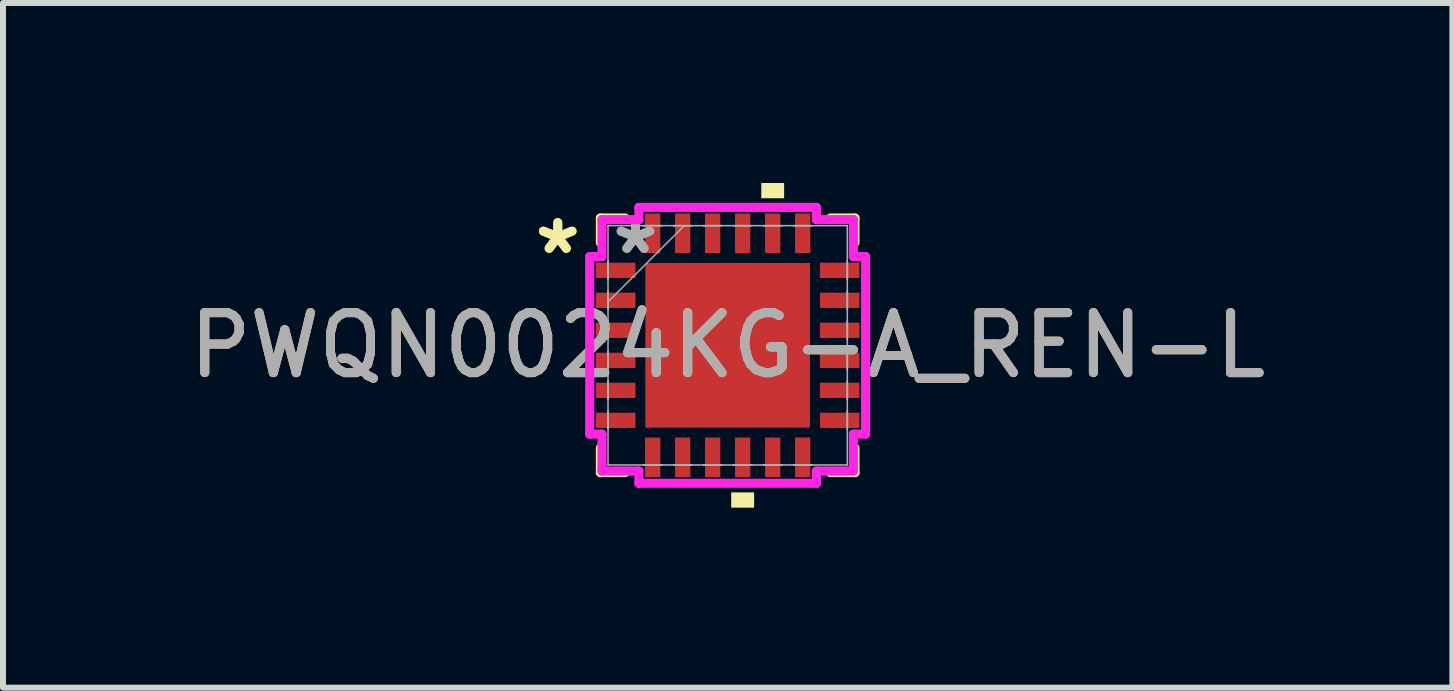
<source format=kicad_pcb>
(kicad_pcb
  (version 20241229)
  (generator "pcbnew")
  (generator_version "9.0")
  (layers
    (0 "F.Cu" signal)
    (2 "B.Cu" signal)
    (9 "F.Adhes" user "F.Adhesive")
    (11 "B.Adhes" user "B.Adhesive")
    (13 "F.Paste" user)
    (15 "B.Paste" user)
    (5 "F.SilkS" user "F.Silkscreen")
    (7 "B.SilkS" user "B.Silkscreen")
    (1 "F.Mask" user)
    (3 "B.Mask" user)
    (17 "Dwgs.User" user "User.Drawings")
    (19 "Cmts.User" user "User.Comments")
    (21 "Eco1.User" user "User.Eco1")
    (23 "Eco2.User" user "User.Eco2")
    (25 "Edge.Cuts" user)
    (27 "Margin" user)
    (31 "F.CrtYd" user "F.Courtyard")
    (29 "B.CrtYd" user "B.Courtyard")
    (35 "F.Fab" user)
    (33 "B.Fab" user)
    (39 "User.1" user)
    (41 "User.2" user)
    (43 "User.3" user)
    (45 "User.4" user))
  (footprint "PWQN0024KG-A_REN-L"
    (layer "F.Cu")
    (at 9.077 2.705)
    (property "Reference" "PWQN0024KG-A_REN-L" (at 0 0 0) (unlocked yes) (layer "F.SilkS") (effects (font (size 1 1) (thickness 0.15))))
    (attr smd)
    (fp_line (start -2.121 -2.121) (end -2.121 -1.71) (stroke (width 0.152) (type solid)) (layer "F.SilkS"))
    (fp_line (start -2.121 1.71) (end -2.121 2.121) (stroke (width 0.152) (type solid)) (layer "F.SilkS"))
    (fp_line (start -2.121 2.121) (end -1.71 2.121) (stroke (width 0.152) (type solid)) (layer "F.SilkS"))
    (fp_line (start -1.71 -2.121) (end -2.121 -2.121) (stroke (width 0.152) (type solid)) (layer "F.SilkS"))
    (fp_line (start 1.71 2.121) (end 2.121 2.121) (stroke (width 0.152) (type solid)) (layer "F.SilkS"))
    (fp_line (start 2.121 -2.121) (end 1.71 -2.121) (stroke (width 0.152) (type solid)) (layer "F.SilkS"))
    (fp_line (start 2.121 -1.71) (end 2.121 -2.121) (stroke (width 0.152) (type solid)) (layer "F.SilkS"))
    (fp_line (start 2.121 2.121) (end 2.121 1.71) (stroke (width 0.152) (type solid)) (layer "F.SilkS"))
    (fp_poly (pts (xy 0.059 2.451) (xy 0.059 2.705) (xy 0.441 2.705) (xy 0.441 2.451)) (stroke (width 0) (type solid)) (fill yes) (layer "F.SilkS"))
    (fp_poly (pts (xy 0.56 -2.451) (xy 0.56 -2.705) (xy 0.941 -2.705) (xy 0.941 -2.451)) (stroke (width 0) (type solid)) (fill yes) (layer "F.SilkS"))
    (fp_poly (pts (xy -1.272 -1.272) (xy -1.272 -0.1) (xy -0.1 -0.1) (xy -0.1 -1.272)) (stroke (width 0) (type solid)) (fill yes) (layer "F.Paste"))
    (fp_poly (pts (xy -1.272 0.1) (xy -1.272 1.272) (xy -0.1 1.272) (xy -0.1 0.1)) (stroke (width 0) (type solid)) (fill yes) (layer "F.Paste"))
    (fp_poly (pts (xy 0.1 -1.272) (xy 0.1 -0.1) (xy 1.272 -0.1) (xy 1.272 -1.272)) (stroke (width 0) (type solid)) (fill yes) (layer "F.Paste"))
    (fp_poly (pts (xy 0.1 0.1) (xy 0.1 1.272) (xy 1.272 1.272) (xy 1.272 0.1)) (stroke (width 0) (type solid)) (fill yes) (layer "F.Paste"))
    (fp_line (start -2.299 -1.479) (end -2.095 -1.479) (stroke (width 0.152) (type solid)) (layer "F.CrtYd"))
    (fp_line (start -2.299 1.479) (end -2.299 -1.479) (stroke (width 0.152) (type solid)) (layer "F.CrtYd"))
    (fp_line (start -2.095 -2.095) (end -1.479 -2.095) (stroke (width 0.152) (type solid)) (layer "F.CrtYd"))
    (fp_line (start -2.095 -1.479) (end -2.095 -2.095) (stroke (width 0.152) (type solid)) (layer "F.CrtYd"))
    (fp_line (start -2.095 1.479) (end -2.299 1.479) (stroke (width 0.152) (type solid)) (layer "F.CrtYd"))
    (fp_line (start -2.095 2.095) (end -2.095 1.479) (stroke (width 0.152) (type solid)) (layer "F.CrtYd"))
    (fp_line (start -1.479 -2.299) (end 1.479 -2.299) (stroke (width 0.152) (type solid)) (layer "F.CrtYd"))
    (fp_line (start -1.479 -2.095) (end -1.479 -2.299) (stroke (width 0.152) (type solid)) (layer "F.CrtYd"))
    (fp_line (start -1.479 2.095) (end -2.095 2.095) (stroke (width 0.152) (type solid)) (layer "F.CrtYd"))
    (fp_line (start -1.479 2.299) (end -1.479 2.095) (stroke (width 0.152) (type solid)) (layer "F.CrtYd"))
    (fp_line (start 1.479 -2.299) (end 1.479 -2.095) (stroke (width 0.152) (type solid)) (layer "F.CrtYd"))
    (fp_line (start 1.479 -2.095) (end 2.095 -2.095) (stroke (width 0.152) (type solid)) (layer "F.CrtYd"))
    (fp_line (start 1.479 2.095) (end 1.479 2.299) (stroke (width 0.152) (type solid)) (layer "F.CrtYd"))
    (fp_line (start 1.479 2.299) (end -1.479 2.299) (stroke (width 0.152) (type solid)) (layer "F.CrtYd"))
    (fp_line (start 2.095 -2.095) (end 2.095 -1.479) (stroke (width 0.152) (type solid)) (layer "F.CrtYd"))
    (fp_line (start 2.095 -1.479) (end 2.299 -1.479) (stroke (width 0.152) (type solid)) (layer "F.CrtYd"))
    (fp_line (start 2.095 1.479) (end 2.095 2.095) (stroke (width 0.152) (type solid)) (layer "F.CrtYd"))
    (fp_line (start 2.095 2.095) (end 1.479 2.095) (stroke (width 0.152) (type solid)) (layer "F.CrtYd"))
    (fp_line (start 2.299 -1.479) (end 2.299 1.479) (stroke (width 0.152) (type solid)) (layer "F.CrtYd"))
    (fp_line (start 2.299 1.479) (end 2.095 1.479) (stroke (width 0.152) (type solid)) (layer "F.CrtYd"))
    (fp_line (start -1.994 -1.994) (end -1.994 -1.994) (stroke (width 0.025) (type solid)) (layer "F.Fab"))
    (fp_line (start -1.994 -1.994) (end -1.994 1.994) (stroke (width 0.025) (type solid)) (layer "F.Fab"))
    (fp_line (start -1.994 -1.402) (end -1.994 -1.402) (stroke (width 0.025) (type solid)) (layer "F.Fab"))
    (fp_line (start -1.994 -1.402) (end -1.994 -1.098) (stroke (width 0.025) (type solid)) (layer "F.Fab"))
    (fp_line (start -1.994 -1.098) (end -1.994 -1.402) (stroke (width 0.025) (type solid)) (layer "F.Fab"))
    (fp_line (start -1.994 -1.098) (end -1.994 -1.098) (stroke (width 0.025) (type solid)) (layer "F.Fab"))
    (fp_line (start -1.994 -0.902) (end -1.994 -0.902) (stroke (width 0.025) (type solid)) (layer "F.Fab"))
    (fp_line (start -1.994 -0.902) (end -1.994 -0.598) (stroke (width 0.025) (type solid)) (layer "F.Fab"))
    (fp_line (start -1.994 -0.724) (end -0.724 -1.994) (stroke (width 0.025) (type solid)) (layer "F.Fab"))
    (fp_line (start -1.994 -0.598) (end -1.994 -0.902) (stroke (width 0.025) (type solid)) (layer "F.Fab"))
    (fp_line (start -1.994 -0.598) (end -1.994 -0.598) (stroke (width 0.025) (type solid)) (layer "F.Fab"))
    (fp_line (start -1.994 -0.402) (end -1.994 -0.402) (stroke (width 0.025) (type solid)) (layer "F.Fab"))
    (fp_line (start -1.994 -0.402) (end -1.994 -0.098) (stroke (width 0.025) (type solid)) (layer "F.Fab"))
    (fp_line (start -1.994 -0.098) (end -1.994 -0.402) (stroke (width 0.025) (type solid)) (layer "F.Fab"))
    (fp_line (start -1.994 -0.098) (end -1.994 -0.098) (stroke (width 0.025) (type solid)) (layer "F.Fab"))
    (fp_line (start -1.994 0.098) (end -1.994 0.098) (stroke (width 0.025) (type solid)) (layer "F.Fab"))
    (fp_line (start -1.994 0.098) (end -1.994 0.402) (stroke (width 0.025) (type solid)) (layer "F.Fab"))
    (fp_line (start -1.994 0.402) (end -1.994 0.098) (stroke (width 0.025) (type solid)) (layer "F.Fab"))
    (fp_line (start -1.994 0.402) (end -1.994 0.402) (stroke (width 0.025) (type solid)) (layer "F.Fab"))
    (fp_line (start -1.994 0.598) (end -1.994 0.598) (stroke (width 0.025) (type solid)) (layer "F.Fab"))
    (fp_line (start -1.994 0.598) (end -1.994 0.902) (stroke (width 0.025) (type solid)) (layer "F.Fab"))
    (fp_line (start -1.994 0.902) (end -1.994 0.598) (stroke (width 0.025) (type solid)) (layer "F.Fab"))
    (fp_line (start -1.994 0.902) (end -1.994 0.902) (stroke (width 0.025) (type solid)) (layer "F.Fab"))
    (fp_line (start -1.994 1.098) (end -1.994 1.098) (stroke (width 0.025) (type solid)) (layer "F.Fab"))
    (fp_line (start -1.994 1.098) (end -1.994 1.402) (stroke (width 0.025) (type solid)) (layer "F.Fab"))
    (fp_line (start -1.994 1.402) (end -1.994 1.098) (stroke (width 0.025) (type solid)) (layer "F.Fab"))
    (fp_line (start -1.994 1.402) (end -1.994 1.402) (stroke (width 0.025) (type solid)) (layer "F.Fab"))
    (fp_line (start -1.994 1.994) (end -1.994 1.994) (stroke (width 0.025) (type solid)) (layer "F.Fab"))
    (fp_line (start -1.994 1.994) (end 1.994 1.994) (stroke (width 0.025) (type solid)) (layer "F.Fab"))
    (fp_line (start -1.402 -1.994) (end -1.402 -1.994) (stroke (width 0.025) (type solid)) (layer "F.Fab"))
    (fp_line (start -1.402 -1.994) (end -1.098 -1.994) (stroke (width 0.025) (type solid)) (layer "F.Fab"))
    (fp_line (start -1.402 1.994) (end -1.402 1.994) (stroke (width 0.025) (type solid)) (layer "F.Fab"))
    (fp_line (start -1.402 1.994) (end -1.098 1.994) (stroke (width 0.025) (type solid)) (layer "F.Fab"))
    (fp_line (start -1.098 -1.994) (end -1.402 -1.994) (stroke (width 0.025) (type solid)) (layer "F.Fab"))
    (fp_line (start -1.098 -1.994) (end -1.098 -1.994) (stroke (width 0.025) (type solid)) (layer "F.Fab"))
    (fp_line (start -1.098 1.994) (end -1.402 1.994) (stroke (width 0.025) (type solid)) (layer "F.Fab"))
    (fp_line (start -1.098 1.994) (end -1.098 1.994) (stroke (width 0.025) (type solid)) (layer "F.Fab"))
    (fp_line (start -0.902 -1.994) (end -0.902 -1.994) (stroke (width 0.025) (type solid)) (layer "F.Fab"))
    (fp_line (start -0.902 -1.994) (end -0.598 -1.994) (stroke (width 0.025) (type solid)) (layer "F.Fab"))
    (fp_line (start -0.902 1.994) (end -0.902 1.994) (stroke (width 0.025) (type solid)) (layer "F.Fab"))
    (fp_line (start -0.902 1.994) (end -0.598 1.994) (stroke (width 0.025) (type solid)) (layer "F.Fab"))
    (fp_line (start -0.598 -1.994) (end -0.902 -1.994) (stroke (width 0.025) (type solid)) (layer "F.Fab"))
    (fp_line (start -0.598 -1.994) (end -0.598 -1.994) (stroke (width 0.025) (type solid)) (layer "F.Fab"))
    (fp_line (start -0.598 1.994) (end -0.902 1.994) (stroke (width 0.025) (type solid)) (layer "F.Fab"))
    (fp_line (start -0.598 1.994) (end -0.598 1.994) (stroke (width 0.025) (type solid)) (layer "F.Fab"))
    (fp_line (start -0.402 -1.994) (end -0.402 -1.994) (stroke (width 0.025) (type solid)) (layer "F.Fab"))
    (fp_line (start -0.402 -1.994) (end -0.098 -1.994) (stroke (width 0.025) (type solid)) (layer "F.Fab"))
    (fp_line (start -0.402 1.994) (end -0.402 1.994) (stroke (width 0.025) (type solid)) (layer "F.Fab"))
    (fp_line (start -0.402 1.994) (end -0.098 1.994) (stroke (width 0.025) (type solid)) (layer "F.Fab"))
    (fp_line (start -0.098 -1.994) (end -0.402 -1.994) (stroke (width 0.025) (type solid)) (layer "F.Fab"))
    (fp_line (start -0.098 -1.994) (end -0.098 -1.994) (stroke (width 0.025) (type solid)) (layer "F.Fab"))
    (fp_line (start -0.098 1.994) (end -0.402 1.994) (stroke (width 0.025) (type solid)) (layer "F.Fab"))
    (fp_line (start -0.098 1.994) (end -0.098 1.994) (stroke (width 0.025) (type solid)) (layer "F.Fab"))
    (fp_line (start 0.098 -1.994) (end 0.098 -1.994) (stroke (width 0.025) (type solid)) (layer "F.Fab"))
    (fp_line (start 0.098 -1.994) (end 0.402 -1.994) (stroke (width 0.025) (type solid)) (layer "F.Fab"))
    (fp_line (start 0.098 1.994) (end 0.098 1.994) (stroke (width 0.025) (type solid)) (layer "F.Fab"))
    (fp_line (start 0.098 1.994) (end 0.402 1.994) (stroke (width 0.025) (type solid)) (layer "F.Fab"))
    (fp_line (start 0.402 -1.994) (end 0.098 -1.994) (stroke (width 0.025) (type solid)) (layer "F.Fab"))
    (fp_line (start 0.402 -1.994) (end 0.402 -1.994) (stroke (width 0.025) (type solid)) (layer "F.Fab"))
    (fp_line (start 0.402 1.994) (end 0.098 1.994) (stroke (width 0.025) (type solid)) (layer "F.Fab"))
    (fp_line (start 0.402 1.994) (end 0.402 1.994) (stroke (width 0.025) (type solid)) (layer "F.Fab"))
    (fp_line (start 0.598 -1.994) (end 0.598 -1.994) (stroke (width 0.025) (type solid)) (layer "F.Fab"))
    (fp_line (start 0.598 -1.994) (end 0.902 -1.994) (stroke (width 0.025) (type solid)) (layer "F.Fab"))
    (fp_line (start 0.598 1.994) (end 0.598 1.994) (stroke (width 0.025) (type solid)) (layer "F.Fab"))
    (fp_line (start 0.598 1.994) (end 0.902 1.994) (stroke (width 0.025) (type solid)) (layer "F.Fab"))
    (fp_line (start 0.902 -1.994) (end 0.598 -1.994) (stroke (width 0.025) (type solid)) (layer "F.Fab"))
    (fp_line (start 0.902 -1.994) (end 0.902 -1.994) (stroke (width 0.025) (type solid)) (layer "F.Fab"))
    (fp_line (start 0.902 1.994) (end 0.598 1.994) (stroke (width 0.025) (type solid)) (layer "F.Fab"))
    (fp_line (start 0.902 1.994) (end 0.902 1.994) (stroke (width 0.025) (type solid)) (layer "F.Fab"))
    (fp_line (start 1.098 -1.994) (end 1.098 -1.994) (stroke (width 0.025) (type solid)) (layer "F.Fab"))
    (fp_line (start 1.098 -1.994) (end 1.402 -1.994) (stroke (width 0.025) (type solid)) (layer "F.Fab"))
    (fp_line (start 1.098 1.994) (end 1.098 1.994) (stroke (width 0.025) (type solid)) (layer "F.Fab"))
    (fp_line (start 1.098 1.994) (end 1.402 1.994) (stroke (width 0.025) (type solid)) (layer "F.Fab"))
    (fp_line (start 1.402 -1.994) (end 1.098 -1.994) (stroke (width 0.025) (type solid)) (layer "F.Fab"))
    (fp_line (start 1.402 -1.994) (end 1.402 -1.994) (stroke (width 0.025) (type solid)) (layer "F.Fab"))
    (fp_line (start 1.402 1.994) (end 1.098 1.994) (stroke (width 0.025) (type solid)) (layer "F.Fab"))
    (fp_line (start 1.402 1.994) (end 1.402 1.994) (stroke (width 0.025) (type solid)) (layer "F.Fab"))
    (fp_line (start 1.994 -1.994) (end -1.994 -1.994) (stroke (width 0.025) (type solid)) (layer "F.Fab"))
    (fp_line (start 1.994 -1.994) (end 1.994 -1.994) (stroke (width 0.025) (type solid)) (layer "F.Fab"))
    (fp_line (start 1.994 -1.402) (end 1.994 -1.402) (stroke (width 0.025) (type solid)) (layer "F.Fab"))
    (fp_line (start 1.994 -1.402) (end 1.994 -1.098) (stroke (width 0.025) (type solid)) (layer "F.Fab"))
    (fp_line (start 1.994 -1.098) (end 1.994 -1.402) (stroke (width 0.025) (type solid)) (layer "F.Fab"))
    (fp_line (start 1.994 -1.098) (end 1.994 -1.098) (stroke (width 0.025) (type solid)) (layer "F.Fab"))
    (fp_line (start 1.994 -0.902) (end 1.994 -0.902) (stroke (width 0.025) (type solid)) (layer "F.Fab"))
    (fp_line (start 1.994 -0.902) (end 1.994 -0.598) (stroke (width 0.025) (type solid)) (layer "F.Fab"))
    (fp_line (start 1.994 -0.598) (end 1.994 -0.902) (stroke (width 0.025) (type solid)) (layer "F.Fab"))
    (fp_line (start 1.994 -0.598) (end 1.994 -0.598) (stroke (width 0.025) (type solid)) (layer "F.Fab"))
    (fp_line (start 1.994 -0.402) (end 1.994 -0.402) (stroke (width 0.025) (type solid)) (layer "F.Fab"))
    (fp_line (start 1.994 -0.402) (end 1.994 -0.098) (stroke (width 0.025) (type solid)) (layer "F.Fab"))
    (fp_line (start 1.994 -0.098) (end 1.994 -0.402) (stroke (width 0.025) (type solid)) (layer "F.Fab"))
    (fp_line (start 1.994 -0.098) (end 1.994 -0.098) (stroke (width 0.025) (type solid)) (layer "F.Fab"))
    (fp_line (start 1.994 0.098) (end 1.994 0.098) (stroke (width 0.025) (type solid)) (layer "F.Fab"))
    (fp_line (start 1.994 0.098) (end 1.994 0.402) (stroke (width 0.025) (type solid)) (layer "F.Fab"))
    (fp_line (start 1.994 0.402) (end 1.994 0.098) (stroke (width 0.025) (type solid)) (layer "F.Fab"))
    (fp_line (start 1.994 0.402) (end 1.994 0.402) (stroke (width 0.025) (type solid)) (layer "F.Fab"))
    (fp_line (start 1.994 0.598) (end 1.994 0.598) (stroke (width 0.025) (type solid)) (layer "F.Fab"))
    (fp_line (start 1.994 0.598) (end 1.994 0.902) (stroke (width 0.025) (type solid)) (layer "F.Fab"))
    (fp_line (start 1.994 0.902) (end 1.994 0.598) (stroke (width 0.025) (type solid)) (layer "F.Fab"))
    (fp_line (start 1.994 0.902) (end 1.994 0.902) (stroke (width 0.025) (type solid)) (layer "F.Fab"))
    (fp_line (start 1.994 1.098) (end 1.994 1.098) (stroke (width 0.025) (type solid)) (layer "F.Fab"))
    (fp_line (start 1.994 1.098) (end 1.994 1.402) (stroke (width 0.025) (type solid)) (layer "F.Fab"))
    (fp_line (start 1.994 1.402) (end 1.994 1.098) (stroke (width 0.025) (type solid)) (layer "F.Fab"))
    (fp_line (start 1.994 1.402) (end 1.994 1.402) (stroke (width 0.025) (type solid)) (layer "F.Fab"))
    (fp_line (start 1.994 1.994) (end 1.994 -1.994) (stroke (width 0.025) (type solid)) (layer "F.Fab"))
    (fp_line (start 1.994 1.994) (end 1.994 1.994) (stroke (width 0.025) (type solid)) (layer "F.Fab"))
    (fp_text user "*" (at -2.832 -1.5 0) (layer "F.SilkS") (effects (font (size 1 1) (thickness 0.15))))
    (fp_text user "*" (at -2.832 -1.5 0) (unlocked yes) (layer "F.SilkS") (effects (font (size 1 1) (thickness 0.15))))
    (fp_text user "*" (at -1.537 -1.5 0) (layer "F.Fab") (effects (font (size 1 1) (thickness 0.15))))
    (fp_text user "*" (at -1.537 -1.5 0) (unlocked yes) (layer "F.Fab") (effects (font (size 1 1) (thickness 0.15))))
    (fp_text user "${REFERENCE}" (at 0 0 0) (unlocked yes) (layer "F.Fab") (effects (font (size 1 1) (thickness 0.15))))
    (pad "1" smd rect (at -1.867 -1.25 90) (size 0.254 0.66) (layers "F.Cu" "F.Mask" "F.Paste"))
    (pad "2" smd rect (at -1.867 -0.75 90) (size 0.254 0.66) (layers "F.Cu" "F.Mask" "F.Paste"))
    (pad "3" smd rect (at -1.867 -0.25 90) (size 0.254 0.66) (layers "F.Cu" "F.Mask" "F.Paste"))
    (pad "4" smd rect (at -1.867 0.25 90) (size 0.254 0.66) (layers "F.Cu" "F.Mask" "F.Paste"))
    (pad "5" smd rect (at -1.867 0.75 90) (size 0.254 0.66) (layers "F.Cu" "F.Mask" "F.Paste"))
    (pad "6" smd rect (at -1.867 1.25 90) (size 0.254 0.66) (layers "F.Cu" "F.Mask" "F.Paste"))
    (pad "7" smd rect (at -1.25 1.867) (size 0.254 0.66) (layers "F.Cu" "F.Mask" "F.Paste"))
    (pad "8" smd rect (at -0.75 1.867) (size 0.254 0.66) (layers "F.Cu" "F.Mask" "F.Paste"))
    (pad "9" smd rect (at -0.25 1.867) (size 0.254 0.66) (layers "F.Cu" "F.Mask" "F.Paste"))
    (pad "10" smd rect (at 0.25 1.867) (size 0.254 0.66) (layers "F.Cu" "F.Mask" "F.Paste"))
    (pad "11" smd rect (at 0.75 1.867) (size 0.254 0.66) (layers "F.Cu" "F.Mask" "F.Paste"))
    (pad "12" smd rect (at 1.25 1.867) (size 0.254 0.66) (layers "F.Cu" "F.Mask" "F.Paste"))
    (pad "13" smd rect (at 1.867 1.25 90) (size 0.254 0.66) (layers "F.Cu" "F.Mask" "F.Paste"))
    (pad "14" smd rect (at 1.867 0.75 90) (size 0.254 0.66) (layers "F.Cu" "F.Mask" "F.Paste"))
    (pad "15" smd rect (at 1.867 0.25 90) (size 0.254 0.66) (layers "F.Cu" "F.Mask" "F.Paste"))
    (pad "16" smd rect (at 1.867 -0.25 90) (size 0.254 0.66) (layers "F.Cu" "F.Mask" "F.Paste"))
    (pad "17" smd rect (at 1.867 -0.75 90) (size 0.254 0.66) (layers "F.Cu" "F.Mask" "F.Paste"))
    (pad "18" smd rect (at 1.867 -1.25 90) (size 0.254 0.66) (layers "F.Cu" "F.Mask" "F.Paste"))
    (pad "19" smd rect (at 1.25 -1.867) (size 0.254 0.66) (layers "F.Cu" "F.Mask" "F.Paste"))
    (pad "20" smd rect (at 0.75 -1.867) (size 0.254 0.66) (layers "F.Cu" "F.Mask" "F.Paste"))
    (pad "21" smd rect (at 0.25 -1.867) (size 0.254 0.66) (layers "F.Cu" "F.Mask" "F.Paste"))
    (pad "22" smd rect (at -0.25 -1.867) (size 0.254 0.66) (layers "F.Cu" "F.Mask" "F.Paste"))
    (pad "23" smd rect (at -0.75 -1.867) (size 0.254 0.66) (layers "F.Cu" "F.Mask" "F.Paste"))
    (pad "24" smd rect (at -1.25 -1.867) (size 0.254 0.66) (layers "F.Cu" "F.Mask" "F.Paste"))
    (pad "25" smd rect (at 0 0) (size 2.743 2.743) (layers "F.Cu" "F.Mask")))
  (gr_rect
    (start -3 -3)
    (end 21.155 8.41)
    (stroke (width 0.1) (type default))
    (fill no)
    (layer "Edge.Cuts")))
</source>
